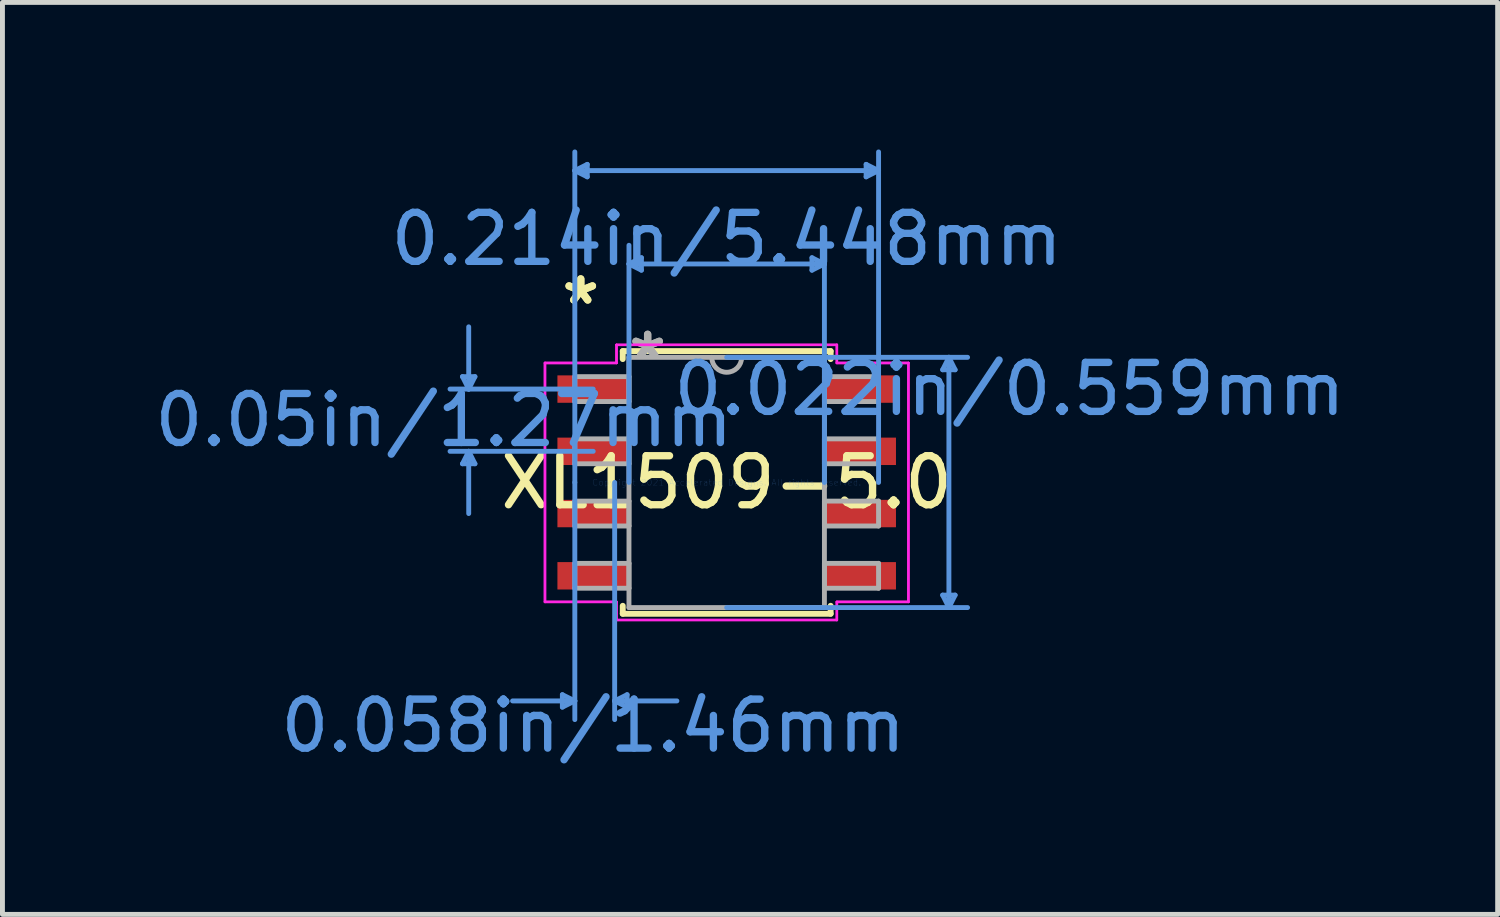
<source format=kicad_pcb>
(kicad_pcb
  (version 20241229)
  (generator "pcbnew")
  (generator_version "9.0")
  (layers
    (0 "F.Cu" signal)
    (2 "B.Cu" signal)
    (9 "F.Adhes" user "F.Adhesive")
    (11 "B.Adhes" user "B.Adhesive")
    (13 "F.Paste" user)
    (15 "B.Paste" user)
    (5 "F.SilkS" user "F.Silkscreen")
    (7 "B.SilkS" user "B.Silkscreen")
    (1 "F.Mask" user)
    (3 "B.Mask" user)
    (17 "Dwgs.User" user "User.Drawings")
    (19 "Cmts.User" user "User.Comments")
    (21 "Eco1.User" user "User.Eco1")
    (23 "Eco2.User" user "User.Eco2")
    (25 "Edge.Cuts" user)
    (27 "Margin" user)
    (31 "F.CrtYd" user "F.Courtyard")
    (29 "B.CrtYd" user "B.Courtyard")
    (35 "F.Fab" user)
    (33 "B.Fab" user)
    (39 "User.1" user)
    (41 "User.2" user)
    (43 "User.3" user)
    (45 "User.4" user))
  (footprint "XL1509-5.0"
    (layer "F.Cu")
    (at 11.778 6.794)
    (property "Reference" "XL1509-5.0" (at 0 0 0) (layer "F.SilkS") (effects (font (size 1 1) (thickness 0.15))))
    (attr through_hole)
    (fp_line (start -2.121 -2.68) (end -2.121 -2.517) (stroke (width 0.12) (type solid)) (layer "F.SilkS"))
    (fp_line (start -2.121 2.517) (end -2.121 2.68) (stroke (width 0.12) (type solid)) (layer "F.SilkS"))
    (fp_line (start -2.121 2.68) (end 2.121 2.68) (stroke (width 0.12) (type solid)) (layer "F.SilkS"))
    (fp_line (start 2.121 -2.68) (end -2.121 -2.68) (stroke (width 0.12) (type solid)) (layer "F.SilkS"))
    (fp_line (start 2.121 -2.517) (end 2.121 -2.68) (stroke (width 0.12) (type solid)) (layer "F.SilkS"))
    (fp_line (start 2.121 2.68) (end 2.121 2.517) (stroke (width 0.12) (type solid)) (layer "F.SilkS"))
    (fp_line (start -5.391 -2.159) (end -5.137 -2.159) (stroke (width 0.1) (type solid)) (layer "Cmts.User"))
    (fp_line (start -5.391 -0.381) (end -5.137 -0.381) (stroke (width 0.1) (type solid)) (layer "Cmts.User"))
    (fp_line (start -5.264 -1.905) (end -5.391 -2.159) (stroke (width 0.1) (type solid)) (layer "Cmts.User"))
    (fp_line (start -5.264 -1.905) (end -5.264 -3.175) (stroke (width 0.1) (type solid)) (layer "Cmts.User"))
    (fp_line (start -5.264 -1.905) (end -5.137 -2.159) (stroke (width 0.1) (type solid)) (layer "Cmts.User"))
    (fp_line (start -5.264 -0.635) (end -5.391 -0.381) (stroke (width 0.1) (type solid)) (layer "Cmts.User"))
    (fp_line (start -5.264 -0.635) (end -5.264 0.635) (stroke (width 0.1) (type solid)) (layer "Cmts.User"))
    (fp_line (start -5.264 -0.635) (end -5.137 -0.381) (stroke (width 0.1) (type solid)) (layer "Cmts.User"))
    (fp_line (start -3.353 4.331) (end -3.353 4.585) (stroke (width 0.1) (type solid)) (layer "Cmts.User"))
    (fp_line (start -3.099 -6.363) (end -2.845 -6.49) (stroke (width 0.1) (type solid)) (layer "Cmts.User"))
    (fp_line (start -3.099 -6.363) (end -2.845 -6.236) (stroke (width 0.1) (type solid)) (layer "Cmts.User"))
    (fp_line (start -3.099 -6.363) (end 3.099 -6.363) (stroke (width 0.1) (type solid)) (layer "Cmts.User"))
    (fp_line (start -3.099 0) (end -3.099 -6.744) (stroke (width 0.1) (type solid)) (layer "Cmts.User"))
    (fp_line (start -3.099 0) (end -3.099 4.839) (stroke (width 0.1) (type solid)) (layer "Cmts.User"))
    (fp_line (start -3.099 4.458) (end -4.369 4.458) (stroke (width 0.1) (type solid)) (layer "Cmts.User"))
    (fp_line (start -3.099 4.458) (end -3.353 4.331) (stroke (width 0.1) (type solid)) (layer "Cmts.User"))
    (fp_line (start -3.099 4.458) (end -3.353 4.585) (stroke (width 0.1) (type solid)) (layer "Cmts.User"))
    (fp_line (start -2.845 -6.49) (end -2.845 -6.236) (stroke (width 0.1) (type solid)) (layer "Cmts.User"))
    (fp_line (start -2.724 -1.905) (end -5.645 -1.905) (stroke (width 0.1) (type solid)) (layer "Cmts.User"))
    (fp_line (start -2.724 -0.635) (end -5.645 -0.635) (stroke (width 0.1) (type solid)) (layer "Cmts.User"))
    (fp_line (start -2.286 0) (end -2.286 4.839) (stroke (width 0.1) (type solid)) (layer "Cmts.User"))
    (fp_line (start -2.286 4.458) (end -2.032 4.331) (stroke (width 0.1) (type solid)) (layer "Cmts.User"))
    (fp_line (start -2.286 4.458) (end -2.032 4.585) (stroke (width 0.1) (type solid)) (layer "Cmts.User"))
    (fp_line (start -2.286 4.458) (end -1.016 4.458) (stroke (width 0.1) (type solid)) (layer "Cmts.User"))
    (fp_line (start -2.032 4.331) (end -2.032 4.585) (stroke (width 0.1) (type solid)) (layer "Cmts.User"))
    (fp_line (start -1.994 -4.458) (end -1.74 -4.585) (stroke (width 0.1) (type solid)) (layer "Cmts.User"))
    (fp_line (start -1.994 -4.458) (end -1.74 -4.331) (stroke (width 0.1) (type solid)) (layer "Cmts.User"))
    (fp_line (start -1.994 -4.458) (end 1.994 -4.458) (stroke (width 0.1) (type solid)) (layer "Cmts.User"))
    (fp_line (start -1.994 0) (end -1.994 -4.839) (stroke (width 0.1) (type solid)) (layer "Cmts.User"))
    (fp_line (start -1.74 -4.585) (end -1.74 -4.331) (stroke (width 0.1) (type solid)) (layer "Cmts.User"))
    (fp_line (start 0 -2.553) (end 4.915 -2.553) (stroke (width 0.1) (type solid)) (layer "Cmts.User"))
    (fp_line (start 0 2.553) (end 4.915 2.553) (stroke (width 0.1) (type solid)) (layer "Cmts.User"))
    (fp_line (start 1.74 -4.585) (end 1.74 -4.331) (stroke (width 0.1) (type solid)) (layer "Cmts.User"))
    (fp_line (start 1.994 -4.458) (end 1.74 -4.585) (stroke (width 0.1) (type solid)) (layer "Cmts.User"))
    (fp_line (start 1.994 -4.458) (end 1.74 -4.331) (stroke (width 0.1) (type solid)) (layer "Cmts.User"))
    (fp_line (start 1.994 0) (end 1.994 -4.839) (stroke (width 0.1) (type solid)) (layer "Cmts.User"))
    (fp_line (start 2.845 -6.49) (end 2.845 -6.236) (stroke (width 0.1) (type solid)) (layer "Cmts.User"))
    (fp_line (start 3.099 -6.363) (end 2.845 -6.49) (stroke (width 0.1) (type solid)) (layer "Cmts.User"))
    (fp_line (start 3.099 -6.363) (end 2.845 -6.236) (stroke (width 0.1) (type solid)) (layer "Cmts.User"))
    (fp_line (start 3.099 0) (end 3.099 -6.744) (stroke (width 0.1) (type solid)) (layer "Cmts.User"))
    (fp_line (start 4.407 -2.299) (end 4.661 -2.299) (stroke (width 0.1) (type solid)) (layer "Cmts.User"))
    (fp_line (start 4.407 2.299) (end 4.661 2.299) (stroke (width 0.1) (type solid)) (layer "Cmts.User"))
    (fp_line (start 4.534 -2.553) (end 4.407 -2.299) (stroke (width 0.1) (type solid)) (layer "Cmts.User"))
    (fp_line (start 4.534 -2.553) (end 4.534 2.553) (stroke (width 0.1) (type solid)) (layer "Cmts.User"))
    (fp_line (start 4.534 -2.553) (end 4.661 -2.299) (stroke (width 0.1) (type solid)) (layer "Cmts.User"))
    (fp_line (start 4.534 2.553) (end 4.407 2.299) (stroke (width 0.1) (type solid)) (layer "Cmts.User"))
    (fp_line (start 4.534 2.553) (end 4.661 2.299) (stroke (width 0.1) (type solid)) (layer "Cmts.User"))
    (fp_line (start -3.708 -2.438) (end -2.248 -2.438) (stroke (width 0.05) (type solid)) (layer "F.CrtYd"))
    (fp_line (start -3.708 -2.438) (end -2.248 -2.438) (stroke (width 0.05) (type solid)) (layer "F.CrtYd"))
    (fp_line (start -3.708 2.438) (end -3.708 -2.438) (stroke (width 0.05) (type solid)) (layer "F.CrtYd"))
    (fp_line (start -3.708 2.438) (end -3.708 -2.438) (stroke (width 0.05) (type solid)) (layer "F.CrtYd"))
    (fp_line (start -3.708 2.438) (end -2.248 2.438) (stroke (width 0.05) (type solid)) (layer "F.CrtYd"))
    (fp_line (start -2.248 -2.807) (end 2.248 -2.807) (stroke (width 0.05) (type solid)) (layer "F.CrtYd"))
    (fp_line (start -2.248 -2.807) (end 2.248 -2.807) (stroke (width 0.05) (type solid)) (layer "F.CrtYd"))
    (fp_line (start -2.248 -2.438) (end -2.248 -2.807) (stroke (width 0.05) (type solid)) (layer "F.CrtYd"))
    (fp_line (start -2.248 -2.438) (end -2.248 -2.807) (stroke (width 0.05) (type solid)) (layer "F.CrtYd"))
    (fp_line (start -2.248 2.438) (end -3.708 2.438) (stroke (width 0.05) (type solid)) (layer "F.CrtYd"))
    (fp_line (start -2.248 2.807) (end -2.248 2.438) (stroke (width 0.05) (type solid)) (layer "F.CrtYd"))
    (fp_line (start -2.248 2.807) (end -2.248 2.438) (stroke (width 0.05) (type solid)) (layer "F.CrtYd"))
    (fp_line (start 2.248 -2.807) (end 2.248 -2.438) (stroke (width 0.05) (type solid)) (layer "F.CrtYd"))
    (fp_line (start 2.248 -2.807) (end 2.248 -2.438) (stroke (width 0.05) (type solid)) (layer "F.CrtYd"))
    (fp_line (start 2.248 -2.438) (end 3.708 -2.438) (stroke (width 0.05) (type solid)) (layer "F.CrtYd"))
    (fp_line (start 2.248 2.438) (end 2.248 2.807) (stroke (width 0.05) (type solid)) (layer "F.CrtYd"))
    (fp_line (start 2.248 2.438) (end 2.248 2.807) (stroke (width 0.05) (type solid)) (layer "F.CrtYd"))
    (fp_line (start 2.248 2.807) (end -2.248 2.807) (stroke (width 0.05) (type solid)) (layer "F.CrtYd"))
    (fp_line (start 2.248 2.807) (end -2.248 2.807) (stroke (width 0.05) (type solid)) (layer "F.CrtYd"))
    (fp_line (start 3.708 -2.438) (end 2.248 -2.438) (stroke (width 0.05) (type solid)) (layer "F.CrtYd"))
    (fp_line (start 3.708 -2.438) (end 3.708 2.438) (stroke (width 0.05) (type solid)) (layer "F.CrtYd"))
    (fp_line (start 3.708 -2.438) (end 3.708 2.438) (stroke (width 0.05) (type solid)) (layer "F.CrtYd"))
    (fp_line (start 3.708 2.438) (end 2.248 2.438) (stroke (width 0.05) (type solid)) (layer "F.CrtYd"))
    (fp_line (start 3.708 2.438) (end 2.248 2.438) (stroke (width 0.05) (type solid)) (layer "F.CrtYd"))
    (fp_line (start -3.099 -2.159) (end -3.099 -1.651) (stroke (width 0.1) (type solid)) (layer "F.Fab"))
    (fp_line (start -3.099 -1.651) (end -1.994 -1.651) (stroke (width 0.1) (type solid)) (layer "F.Fab"))
    (fp_line (start -3.099 -0.889) (end -3.099 -0.381) (stroke (width 0.1) (type solid)) (layer "F.Fab"))
    (fp_line (start -3.099 -0.381) (end -1.994 -0.381) (stroke (width 0.1) (type solid)) (layer "F.Fab"))
    (fp_line (start -3.099 0.381) (end -3.099 0.889) (stroke (width 0.1) (type solid)) (layer "F.Fab"))
    (fp_line (start -3.099 0.889) (end -1.994 0.889) (stroke (width 0.1) (type solid)) (layer "F.Fab"))
    (fp_line (start -3.099 1.651) (end -3.099 2.159) (stroke (width 0.1) (type solid)) (layer "F.Fab"))
    (fp_line (start -3.099 2.159) (end -1.994 2.159) (stroke (width 0.1) (type solid)) (layer "F.Fab"))
    (fp_line (start -1.994 -2.553) (end -1.994 2.553) (stroke (width 0.1) (type solid)) (layer "F.Fab"))
    (fp_line (start -1.994 -2.159) (end -3.099 -2.159) (stroke (width 0.1) (type solid)) (layer "F.Fab"))
    (fp_line (start -1.994 -1.651) (end -1.994 -2.159) (stroke (width 0.1) (type solid)) (layer "F.Fab"))
    (fp_line (start -1.994 -0.889) (end -3.099 -0.889) (stroke (width 0.1) (type solid)) (layer "F.Fab"))
    (fp_line (start -1.994 -0.381) (end -1.994 -0.889) (stroke (width 0.1) (type solid)) (layer "F.Fab"))
    (fp_line (start -1.994 0.381) (end -3.099 0.381) (stroke (width 0.1) (type solid)) (layer "F.Fab"))
    (fp_line (start -1.994 0.889) (end -1.994 0.381) (stroke (width 0.1) (type solid)) (layer "F.Fab"))
    (fp_line (start -1.994 1.651) (end -3.099 1.651) (stroke (width 0.1) (type solid)) (layer "F.Fab"))
    (fp_line (start -1.994 2.159) (end -1.994 1.651) (stroke (width 0.1) (type solid)) (layer "F.Fab"))
    (fp_line (start -1.994 2.553) (end 1.994 2.553) (stroke (width 0.1) (type solid)) (layer "F.Fab"))
    (fp_line (start 1.994 -2.553) (end -1.994 -2.553) (stroke (width 0.1) (type solid)) (layer "F.Fab"))
    (fp_line (start 1.994 -2.159) (end 1.994 -1.651) (stroke (width 0.1) (type solid)) (layer "F.Fab"))
    (fp_line (start 1.994 -1.651) (end 3.099 -1.651) (stroke (width 0.1) (type solid)) (layer "F.Fab"))
    (fp_line (start 1.994 -0.889) (end 1.994 -0.381) (stroke (width 0.1) (type solid)) (layer "F.Fab"))
    (fp_line (start 1.994 -0.381) (end 3.099 -0.381) (stroke (width 0.1) (type solid)) (layer "F.Fab"))
    (fp_line (start 1.994 0.381) (end 1.994 0.889) (stroke (width 0.1) (type solid)) (layer "F.Fab"))
    (fp_line (start 1.994 0.889) (end 3.099 0.889) (stroke (width 0.1) (type solid)) (layer "F.Fab"))
    (fp_line (start 1.994 1.651) (end 1.994 2.159) (stroke (width 0.1) (type solid)) (layer "F.Fab"))
    (fp_line (start 1.994 2.159) (end 3.099 2.159) (stroke (width 0.1) (type solid)) (layer "F.Fab"))
    (fp_line (start 1.994 2.553) (end 1.994 -2.553) (stroke (width 0.1) (type solid)) (layer "F.Fab"))
    (fp_line (start 3.099 -2.159) (end 1.994 -2.159) (stroke (width 0.1) (type solid)) (layer "F.Fab"))
    (fp_line (start 3.099 -1.651) (end 3.099 -2.159) (stroke (width 0.1) (type solid)) (layer "F.Fab"))
    (fp_line (start 3.099 -0.889) (end 1.994 -0.889) (stroke (width 0.1) (type solid)) (layer "F.Fab"))
    (fp_line (start 3.099 -0.381) (end 3.099 -0.889) (stroke (width 0.1) (type solid)) (layer "F.Fab"))
    (fp_line (start 3.099 0.381) (end 1.994 0.381) (stroke (width 0.1) (type solid)) (layer "F.Fab"))
    (fp_line (start 3.099 0.889) (end 3.099 0.381) (stroke (width 0.1) (type solid)) (layer "F.Fab"))
    (fp_line (start 3.099 1.651) (end 1.994 1.651) (stroke (width 0.1) (type solid)) (layer "F.Fab"))
    (fp_line (start 3.099 2.159) (end 3.099 1.651) (stroke (width 0.1) (type solid)) (layer "F.Fab"))
    (fp_arc (start 0.3048 -2.5527) (mid 0 -2.2479) (end -0.3048 -2.5527) (stroke (width 0.1) (type solid)) (layer "F.Fab"))
    (fp_text user "*" (at -2.978 -3.607 0) (layer "F.SilkS") (effects (font (size 1 1) (thickness 0.15))))
    (fp_text user "*" (at -2.978 -3.607 0) (layer "F.SilkS") (effects (font (size 1 1) (thickness 0.15))))
    (fp_text user "0.214in/5.448mm" (at 0 -4.966 0) (layer "Cmts.User") (effects (font (size 1 1) (thickness 0.15))))
    (fp_text user "0.05in/1.27mm" (at -5.772 -1.27 0) (layer "Cmts.User") (effects (font (size 1 1) (thickness 0.15))))
    (fp_text user "Copyright 2021 Accelerated Designs. All rights reserved." (at 0 0 0) (layer "Cmts.User") (effects (font (size 0.127 0.127) (thickness 0.002))))
    (fp_text user "0.058in/1.46mm" (at -2.724 4.966 0) (layer "Cmts.User") (effects (font (size 1 1) (thickness 0.15))))
    (fp_text user "0.022in/0.559mm" (at 5.772 -1.905 0) (layer "Cmts.User") (effects (font (size 1 1) (thickness 0.15))))
    (fp_text user "*" (at -1.613 -2.477 0) (layer "F.Fab") (effects (font (size 1 1) (thickness 0.15))))
    (fp_text user "*" (at -1.613 -2.477 0) (layer "F.Fab") (effects (font (size 1 1) (thickness 0.15))))
    (pad "1" smd rect (at -2.724 -1.905) (size 1.46 0.559) (layers "F.Cu" "F.Mask" "F.Paste"))
    (pad "2" smd rect (at -2.724 -0.635) (size 1.46 0.559) (layers "F.Cu" "F.Mask" "F.Paste"))
    (pad "3" smd rect (at -2.724 0.635) (size 1.46 0.559) (layers "F.Cu" "F.Mask" "F.Paste"))
    (pad "4" smd rect (at -2.724 1.905) (size 1.46 0.559) (layers "F.Cu" "F.Mask" "F.Paste"))
    (pad "5" smd rect (at 2.724 1.905) (size 1.46 0.559) (layers "F.Cu" "F.Mask" "F.Paste"))
    (pad "6" smd rect (at 2.724 0.635) (size 1.46 0.559) (layers "F.Cu" "F.Mask" "F.Paste"))
    (pad "7" smd rect (at 2.724 -0.635) (size 1.46 0.559) (layers "F.Cu" "F.Mask" "F.Paste"))
    (pad "8" smd rect (at 2.724 -1.905) (size 1.46 0.559) (layers "F.Cu" "F.Mask" "F.Paste")))
  (gr_rect
    (start -3 -3)
    (end 27.509 15.608)
    (stroke (width 0.1) (type default))
    (fill no)
    (layer "Edge.Cuts")))
</source>
